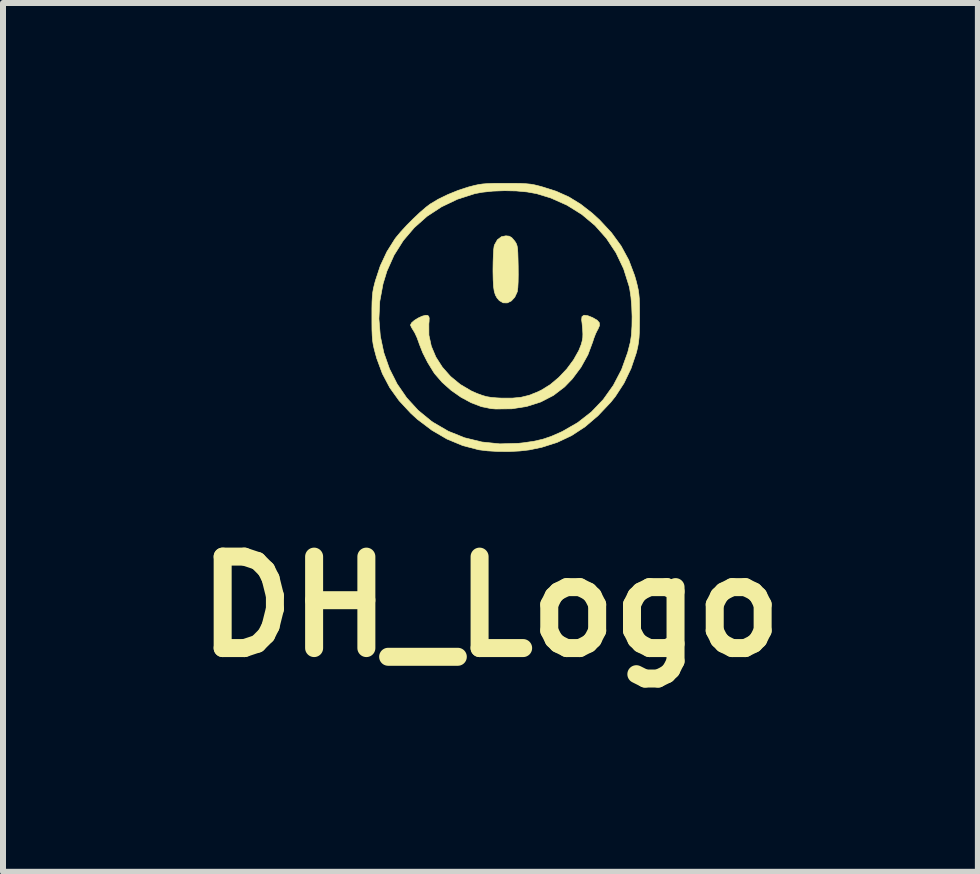
<source format=kicad_pcb>
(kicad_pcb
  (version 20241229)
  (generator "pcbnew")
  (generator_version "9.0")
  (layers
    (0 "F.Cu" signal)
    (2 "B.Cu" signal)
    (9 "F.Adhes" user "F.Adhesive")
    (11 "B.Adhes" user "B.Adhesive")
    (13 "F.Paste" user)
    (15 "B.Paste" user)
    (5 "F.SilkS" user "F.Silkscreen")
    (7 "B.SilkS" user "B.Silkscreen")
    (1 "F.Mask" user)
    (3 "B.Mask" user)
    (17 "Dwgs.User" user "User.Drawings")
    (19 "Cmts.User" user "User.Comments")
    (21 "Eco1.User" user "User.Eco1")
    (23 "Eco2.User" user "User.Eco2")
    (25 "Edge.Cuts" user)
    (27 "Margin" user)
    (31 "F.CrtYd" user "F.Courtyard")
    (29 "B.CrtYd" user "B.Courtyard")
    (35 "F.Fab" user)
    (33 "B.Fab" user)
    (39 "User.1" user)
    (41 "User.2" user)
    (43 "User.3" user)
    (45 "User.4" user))
  (footprint "DH_Logo"
    (layer "F.Cu")
    (at 5.378 2.235)
    (property "Reference" "DH_Logo" (at -0.254 4.826 0) (layer "F.SilkS") (effects (font (size 1.524 1.524) (thickness 0.3))))
    (attr through_hole)
    (fp_poly (pts (xy 0.059 -1.349) (xy 0.101 -1.324) (xy 0.142 -1.277) (xy 0.164 -1.247) (xy 0.179 -1.219) (xy 0.19 -1.185) (xy 0.198 -1.138) (xy 0.202 -1.07) (xy 0.205 -0.974) (xy 0.208 -0.848) (xy 0.209 -0.708) (xy 0.207 -0.586) (xy 0.202 -0.492) (xy 0.194 -0.43) (xy 0.192 -0.421) (xy 0.151 -0.332) (xy 0.094 -0.27) (xy 0.027 -0.237) (xy -0.042 -0.238) (xy -0.106 -0.275) (xy -0.108 -0.277) (xy -0.145 -0.32) (xy -0.172 -0.368) (xy -0.191 -0.43) (xy -0.203 -0.511) (xy -0.209 -0.618) (xy -0.212 -0.759) (xy -0.212 -0.802) (xy -0.21 -0.924) (xy -0.206 -1.034) (xy -0.201 -1.124) (xy -0.193 -1.183) (xy -0.189 -1.2) (xy -0.139 -1.289) (xy -0.07 -1.341) (xy 0.003 -1.355) (xy 0.059 -1.349)) (stroke (width 0.01) (type solid)) (fill yes) (layer "F.SilkS"))
    (fp_poly (pts (xy 1.368 -0.024) (xy 1.448 0.008) (xy 1.523 0.051) (xy 1.56 0.093) (xy 1.563 0.142) (xy 1.535 0.206) (xy 1.526 0.22) (xy 1.498 0.277) (xy 1.468 0.355) (xy 1.45 0.412) (xy 1.37 0.627) (xy 1.254 0.836) (xy 1.11 1.029) (xy 0.982 1.162) (xy 0.795 1.305) (xy 0.584 1.414) (xy 0.352 1.488) (xy 0.101 1.528) (xy -0.165 1.531) (xy -0.243 1.525) (xy -0.405 1.492) (xy -0.575 1.427) (xy -0.747 1.334) (xy -0.911 1.219) (xy -1.059 1.087) (xy -1.183 0.944) (xy -1.206 0.91) (xy -1.301 0.755) (xy -1.382 0.596) (xy -1.441 0.446) (xy -1.448 0.424) (xy -1.478 0.342) (xy -1.515 0.262) (xy -1.535 0.229) (xy -1.567 0.177) (xy -1.585 0.139) (xy -1.587 0.131) (xy -1.569 0.095) (xy -1.522 0.054) (xy -1.459 0.015) (xy -1.392 -0.016) (xy -1.333 -0.031) (xy -1.302 -0.029) (xy -1.283 -0.014) (xy -1.275 0.016) (xy -1.277 0.073) (xy -1.281 0.114) (xy -1.28 0.3) (xy -1.24 0.485) (xy -1.164 0.665) (xy -1.056 0.834) (xy -0.92 0.988) (xy -0.757 1.122) (xy -0.572 1.231) (xy -0.476 1.273) (xy -0.392 1.304) (xy -0.319 1.325) (xy -0.241 1.338) (xy -0.146 1.346) (xy -0.064 1.35) (xy 0.109 1.35) (xy 0.255 1.336) (xy 0.389 1.303) (xy 0.526 1.249) (xy 0.595 1.216) (xy 0.742 1.125) (xy 0.886 1.004) (xy 1.019 0.863) (xy 1.132 0.71) (xy 1.219 0.555) (xy 1.258 0.457) (xy 1.274 0.398) (xy 1.284 0.343) (xy 1.286 0.282) (xy 1.282 0.204) (xy 1.272 0.098) (xy 1.265 0.045) (xy 1.271 -0.009) (xy 1.305 -0.032) (xy 1.368 -0.024)) (stroke (width 0.01) (type solid)) (fill yes) (layer "F.SilkS"))
    (fp_poly (pts (xy 0.143 -2.23) (xy 0.254 -2.228) (xy 0.341 -2.223) (xy 0.413 -2.216) (xy 0.481 -2.204) (xy 0.554 -2.186) (xy 0.603 -2.173) (xy 0.84 -2.098) (xy 1.052 -2.003) (xy 1.249 -1.882) (xy 1.443 -1.731) (xy 1.563 -1.621) (xy 1.762 -1.407) (xy 1.923 -1.186) (xy 2.051 -0.95) (xy 2.148 -0.693) (xy 2.174 -0.603) (xy 2.194 -0.524) (xy 2.209 -0.454) (xy 2.219 -0.386) (xy 2.226 -0.31) (xy 2.229 -0.215) (xy 2.23 -0.094) (xy 2.23 0) (xy 2.229 0.144) (xy 2.227 0.256) (xy 2.222 0.344) (xy 2.214 0.418) (xy 2.202 0.487) (xy 2.185 0.562) (xy 2.174 0.603) (xy 2.088 0.857) (xy 1.971 1.101) (xy 1.827 1.323) (xy 1.751 1.418) (xy 1.539 1.642) (xy 1.323 1.827) (xy 1.097 1.975) (xy 0.857 2.088) (xy 0.599 2.17) (xy 0.392 2.213) (xy 0.235 2.231) (xy 0.057 2.24) (xy -0.127 2.239) (xy -0.301 2.229) (xy -0.448 2.211) (xy -0.716 2.141) (xy -0.979 2.032) (xy -1.232 1.884) (xy -1.473 1.702) (xy -1.584 1.6) (xy -1.777 1.392) (xy -1.932 1.176) (xy -2.055 0.943) (xy -2.15 0.686) (xy -2.173 0.603) (xy -2.194 0.523) (xy -2.209 0.454) (xy -2.219 0.385) (xy -2.225 0.308) (xy -2.229 0.212) (xy -2.23 0.09) (xy -2.23 0.028) (xy -2.113 0.028) (xy -2.09 0.315) (xy -2.031 0.594) (xy -1.937 0.861) (xy -1.81 1.113) (xy -1.651 1.344) (xy -1.461 1.552) (xy -1.243 1.731) (xy -1.21 1.754) (xy -0.956 1.902) (xy -0.684 2.011) (xy -0.397 2.081) (xy -0.098 2.112) (xy 0.213 2.103) (xy 0.297 2.094) (xy 0.469 2.069) (xy 0.617 2.035) (xy 0.757 1.988) (xy 0.908 1.922) (xy 0.945 1.905) (xy 1.2 1.758) (xy 1.427 1.581) (xy 1.625 1.374) (xy 1.793 1.138) (xy 1.93 0.876) (xy 2.033 0.589) (xy 2.078 0.413) (xy 2.095 0.296) (xy 2.104 0.15) (xy 2.106 -0.012) (xy 2.1 -0.178) (xy 2.087 -0.334) (xy 2.067 -0.468) (xy 2.057 -0.514) (xy 1.965 -0.805) (xy 1.838 -1.072) (xy 1.678 -1.313) (xy 1.488 -1.527) (xy 1.269 -1.711) (xy 1.022 -1.865) (xy 0.75 -1.986) (xy 0.514 -2.058) (xy 0.358 -2.086) (xy 0.176 -2.103) (xy -0.02 -2.107) (xy -0.214 -2.1) (xy -0.392 -2.081) (xy -0.514 -2.058) (xy -0.804 -1.965) (xy -1.07 -1.838) (xy -1.311 -1.68) (xy -1.524 -1.491) (xy -1.708 -1.275) (xy -1.861 -1.032) (xy -1.98 -0.766) (xy -2.045 -0.553) (xy -2.099 -0.262) (xy -2.113 0.028) (xy -2.23 0.028) (xy -2.23 0) (xy -2.23 -0.143) (xy -2.228 -0.254) (xy -2.223 -0.341) (xy -2.216 -0.413) (xy -2.204 -0.481) (xy -2.186 -0.554) (xy -2.173 -0.603) (xy -2.09 -0.855) (xy -1.98 -1.09) (xy -1.849 -1.299) (xy -1.828 -1.328) (xy -1.748 -1.423) (xy -1.649 -1.531) (xy -1.539 -1.641) (xy -1.429 -1.745) (xy -1.328 -1.832) (xy -1.258 -1.885) (xy -1.126 -1.964) (xy -0.966 -2.042) (xy -0.794 -2.112) (xy -0.623 -2.168) (xy -0.603 -2.173) (xy -0.523 -2.194) (xy -0.454 -2.209) (xy -0.385 -2.219) (xy -0.308 -2.225) (xy -0.212 -2.229) (xy -0.09 -2.23) (xy 0 -2.23) (xy 0.143 -2.23)) (stroke (width 0.01) (type solid)) (fill yes) (layer "F.SilkS")))
  (gr_rect
    (start -3 -3)
    (end 13.247 11.479)
    (stroke (width 0.1) (type default))
    (fill no)
    (layer "Edge.Cuts")))
</source>
